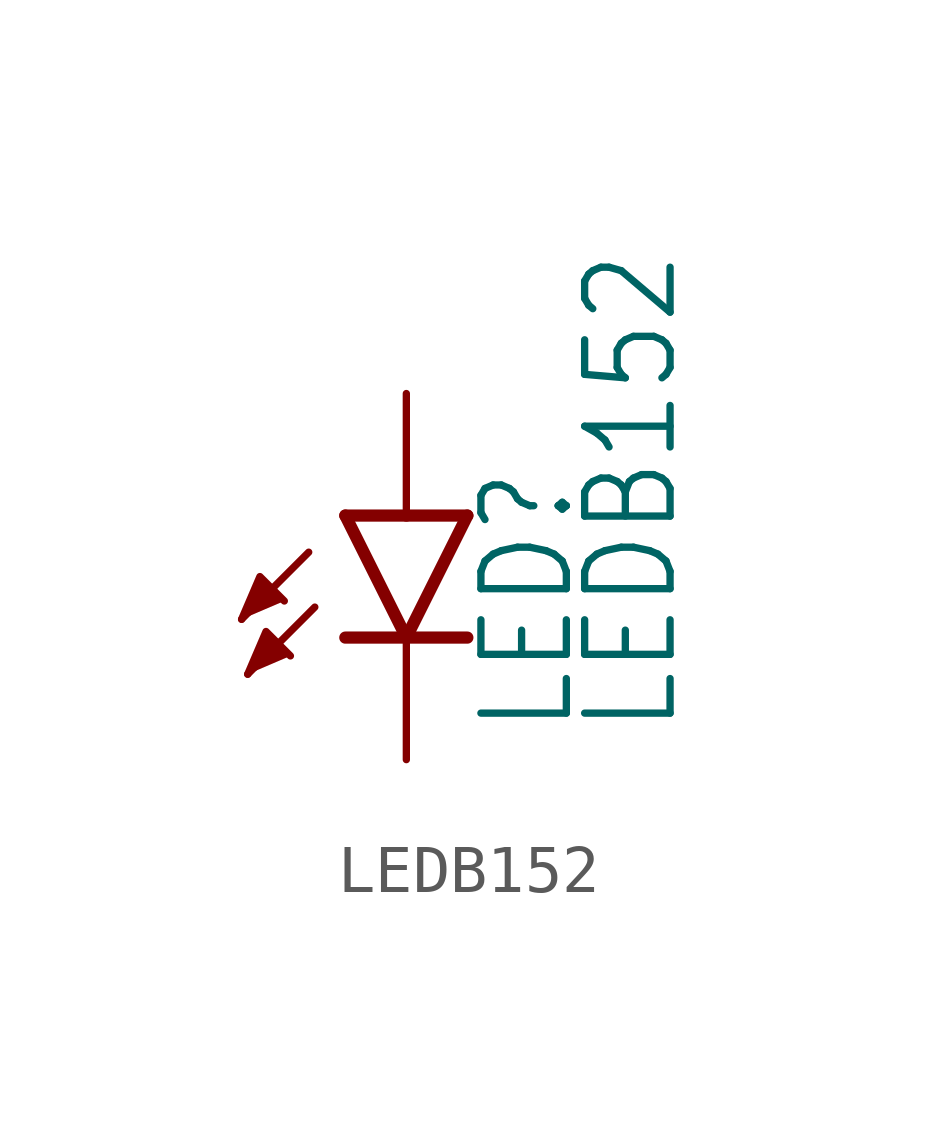
<source format=kicad_sym>
(kicad_symbol_lib
  (version 20211014)
  (generator kicad_symbol_editor)
  (symbol "LEDB152"
    (property "Reference" "LED"
      (at 3.556 -4.572 90)
      (effects (font (size 1.778 1.511)) (justify left bottom)))
    (property "Value" "LEDB152"
      (at 5.715 -4.572 90)
      (effects (font (size 1.778 1.511)) (justify left bottom)))
    (property "ki_locked" ""
      (at 0 0 0)
      (effects (font (size 1.27 1.27))))
    (symbol "LEDB152_1_0"
      (polyline (pts (xy -2.032 -0.762) (xy -3.429 -2.159)) (stroke (width 0.152) (type default) (color 0 0 0 0)) (fill (type none)))
      (polyline (pts (xy -1.905 -1.905) (xy -3.302 -3.302)) (stroke (width 0.152) (type default) (color 0 0 0 0)) (fill (type none)))
      (polyline (pts (xy 0 -2.54) (xy -1.27 -2.54)) (stroke (width 0.254) (type default) (color 0 0 0 0)) (fill (type none)))
      (polyline (pts (xy 0 -2.54) (xy -1.27 0)) (stroke (width 0.254) (type default) (color 0 0 0 0)) (fill (type none)))
      (polyline (pts (xy 0 0) (xy -1.27 0)) (stroke (width 0.254) (type default) (color 0 0 0 0)) (fill (type none)))
      (polyline (pts (xy 1.27 -2.54) (xy 0 -2.54)) (stroke (width 0.254) (type default) (color 0 0 0 0)) (fill (type none)))
      (polyline (pts (xy 1.27 0) (xy 0 -2.54)) (stroke (width 0.254) (type default) (color 0 0 0 0)) (fill (type none)))
      (polyline (pts (xy 1.27 0) (xy 0 0)) (stroke (width 0.254) (type default) (color 0 0 0 0)) (fill (type none)))
      (polyline (pts (xy -3.429 -2.159) (xy -3.048 -1.27) (xy -2.54 -1.778)) (stroke (width 0) (type default) (color 0 0 0 0)) (fill (type outline)))
      (polyline (pts (xy -3.302 -3.302) (xy -2.921 -2.413) (xy -2.413 -2.921)) (stroke (width 0) (type default) (color 0 0 0 0)) (fill (type outline)))
      (pin passive line (at 0 2.54 270) (length 2.54) (name "A" (effects (font (size 0 0)))) (number "A" (effects (font (size 0 0)))))
      (pin passive line (at 0 -5.08 90) (length 2.54) (name "C" (effects (font (size 0 0)))) (number "K" (effects (font (size 0 0))))))))
</source>
